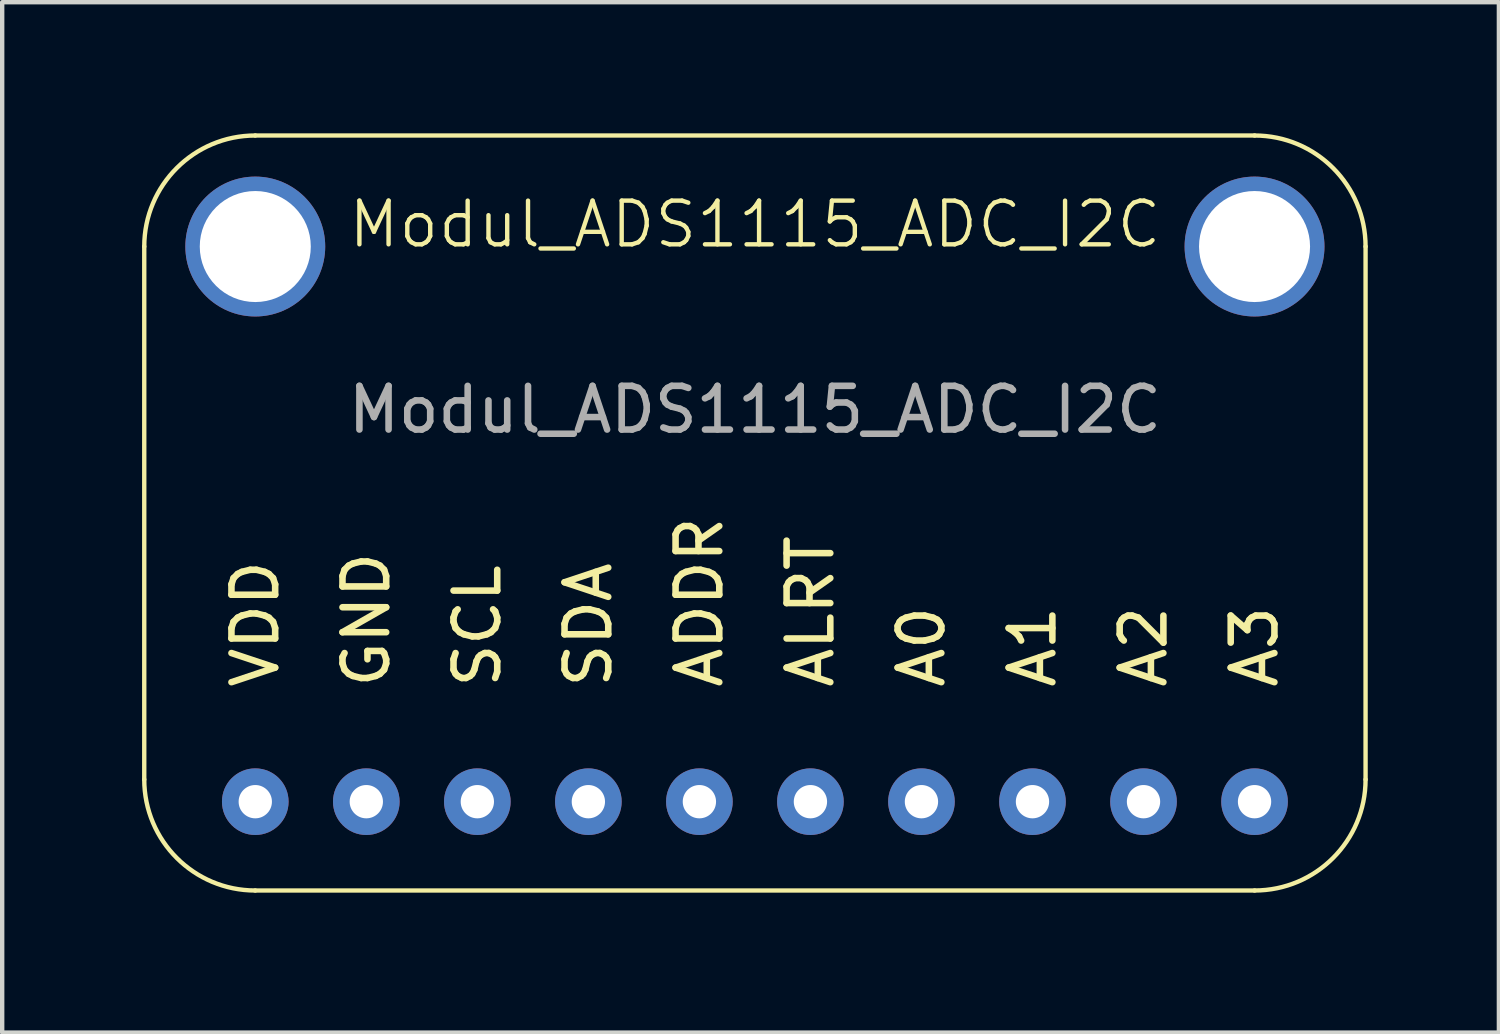
<source format=kicad_pcb>
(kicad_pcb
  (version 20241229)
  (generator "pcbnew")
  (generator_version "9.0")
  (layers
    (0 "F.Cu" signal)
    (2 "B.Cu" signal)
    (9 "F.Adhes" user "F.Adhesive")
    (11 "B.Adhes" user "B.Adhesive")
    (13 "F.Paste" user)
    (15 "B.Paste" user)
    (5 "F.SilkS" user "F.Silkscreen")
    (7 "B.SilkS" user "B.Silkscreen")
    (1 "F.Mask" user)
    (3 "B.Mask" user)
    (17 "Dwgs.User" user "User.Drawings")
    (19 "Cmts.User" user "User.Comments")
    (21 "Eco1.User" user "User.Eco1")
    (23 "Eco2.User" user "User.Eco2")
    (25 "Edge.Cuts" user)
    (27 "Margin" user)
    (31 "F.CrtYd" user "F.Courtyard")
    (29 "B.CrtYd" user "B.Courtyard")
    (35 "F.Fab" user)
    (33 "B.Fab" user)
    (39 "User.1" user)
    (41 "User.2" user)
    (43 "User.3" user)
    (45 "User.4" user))
  (footprint "Modul_ADS1115_ADC_I2C"
    (layer "F.Cu")
    (at 0.25 17.322)
    (property "Reference" "Modul_ADS1115_ADC_I2C" (at 13.97 -15.24 0) (unlocked yes) (layer "F.SilkS") (effects (font (size 1 1) (thickness 0.1))))
    (attr through_hole)
    (fp_line (start 0 -2.54) (end 0 -14.732) (stroke (width 0.1) (type default)) (layer "F.SilkS"))
    (fp_line (start 2.54 -17.272) (end 25.4 -17.272) (stroke (width 0.1) (type default)) (layer "F.SilkS"))
    (fp_line (start 25.4 0) (end 2.54 0) (stroke (width 0.1) (type default)) (layer "F.SilkS"))
    (fp_line (start 27.94 -14.732) (end 27.94 -2.54) (stroke (width 0.1) (type default)) (layer "F.SilkS"))
    (fp_arc (start 0 -14.732) (mid 0.743949 -16.528051) (end 2.54 -17.272) (stroke (width 0.1) (type default)) (layer "F.SilkS"))
    (fp_arc (start 2.54 0) (mid 0.743949 -0.743949) (end 0 -2.54) (stroke (width 0.1) (type default)) (layer "F.SilkS"))
    (fp_arc (start 25.4 -17.272) (mid 27.196051 -16.528051) (end 27.94 -14.732) (stroke (width 0.1) (type default)) (layer "F.SilkS"))
    (fp_arc (start 27.94 -2.54) (mid 27.196051 -0.743949) (end 25.4 0) (stroke (width 0.1) (type default)) (layer "F.SilkS"))
    (fp_text user "VDD" (at 2.54 -4.572 90) (unlocked yes) (layer "F.SilkS") (effects (font (size 1 1) (thickness 0.15)) (justify left)))
    (fp_text user "ADDR" (at 12.7 -4.572 90) (unlocked yes) (layer "F.SilkS") (effects (font (size 1 1) (thickness 0.15)) (justify left)))
    (fp_text user "A0" (at 17.78 -4.572 90) (unlocked yes) (layer "F.SilkS") (effects (font (size 1 1) (thickness 0.15)) (justify left)))
    (fp_text user "A1" (at 20.32 -4.572 90) (unlocked yes) (layer "F.SilkS") (effects (font (size 1 1) (thickness 0.15)) (justify left)))
    (fp_text user "A3" (at 25.4 -4.572 90) (unlocked yes) (layer "F.SilkS") (effects (font (size 1 1) (thickness 0.15)) (justify left)))
    (fp_text user "A2" (at 22.86 -4.572 90) (unlocked yes) (layer "F.SilkS") (effects (font (size 1 1) (thickness 0.15)) (justify left)))
    (fp_text user "SDA" (at 10.16 -4.572 90) (unlocked yes) (layer "F.SilkS") (effects (font (size 1 1) (thickness 0.15)) (justify left)))
    (fp_text user "ALRT" (at 15.24 -4.572 90) (unlocked yes) (layer "F.SilkS") (effects (font (size 1 1) (thickness 0.15)) (justify left)))
    (fp_text user "SCL" (at 7.62 -4.572 90) (unlocked yes) (layer "F.SilkS") (effects (font (size 1 1) (thickness 0.15)) (justify left)))
    (fp_text user "GND" (at 5.08 -4.572 90) (unlocked yes) (layer "F.SilkS") (effects (font (size 1 1) (thickness 0.15)) (justify left)))
    (fp_text user "${REFERENCE}" (at 13.97 -11 0) (unlocked yes) (layer "F.Fab") (effects (font (size 1 1) (thickness 0.15))))
    (pad "" np_thru_hole circle (at 2.54 -14.732) (size 3.2 3.2) (drill 2.54) (layers "*.Cu" "*.Mask"))
    (pad "" np_thru_hole circle (at 25.4 -14.732) (size 3.2 3.2) (drill 2.54) (layers "*.Cu" "*.Mask"))
    (pad "1" thru_hole circle (at 2.54 -2.032) (size 1.524 1.524) (drill 0.762) (layers "*.Cu" "*.Mask"))
    (pad "2" thru_hole circle (at 5.08 -2.032) (size 1.524 1.524) (drill 0.762) (layers "*.Cu" "*.Mask"))
    (pad "3" thru_hole circle (at 7.62 -2.032) (size 1.524 1.524) (drill 0.762) (layers "*.Cu" "*.Mask"))
    (pad "4" thru_hole circle (at 10.16 -2.032) (size 1.524 1.524) (drill 0.762) (layers "*.Cu" "*.Mask"))
    (pad "5" thru_hole circle (at 12.7 -2.032) (size 1.524 1.524) (drill 0.762) (layers "*.Cu" "*.Mask"))
    (pad "6" thru_hole circle (at 15.24 -2.032) (size 1.524 1.524) (drill 0.762) (layers "*.Cu" "*.Mask"))
    (pad "7" thru_hole circle (at 17.78 -2.032) (size 1.524 1.524) (drill 0.762) (layers "*.Cu" "*.Mask"))
    (pad "8" thru_hole circle (at 20.32 -2.032) (size 1.524 1.524) (drill 0.762) (layers "*.Cu" "*.Mask"))
    (pad "9" thru_hole circle (at 22.86 -2.032) (size 1.524 1.524) (drill 0.762) (layers "*.Cu" "*.Mask"))
    (pad "10" thru_hole circle (at 25.4 -2.032) (size 1.524 1.524) (drill 0.762) (layers "*.Cu" "*.Mask")))
  (gr_rect
    (start -3 -3)
    (end 31.24 20.572)
    (stroke (width 0.1) (type default))
    (fill no)
    (layer "Edge.Cuts")))
</source>
